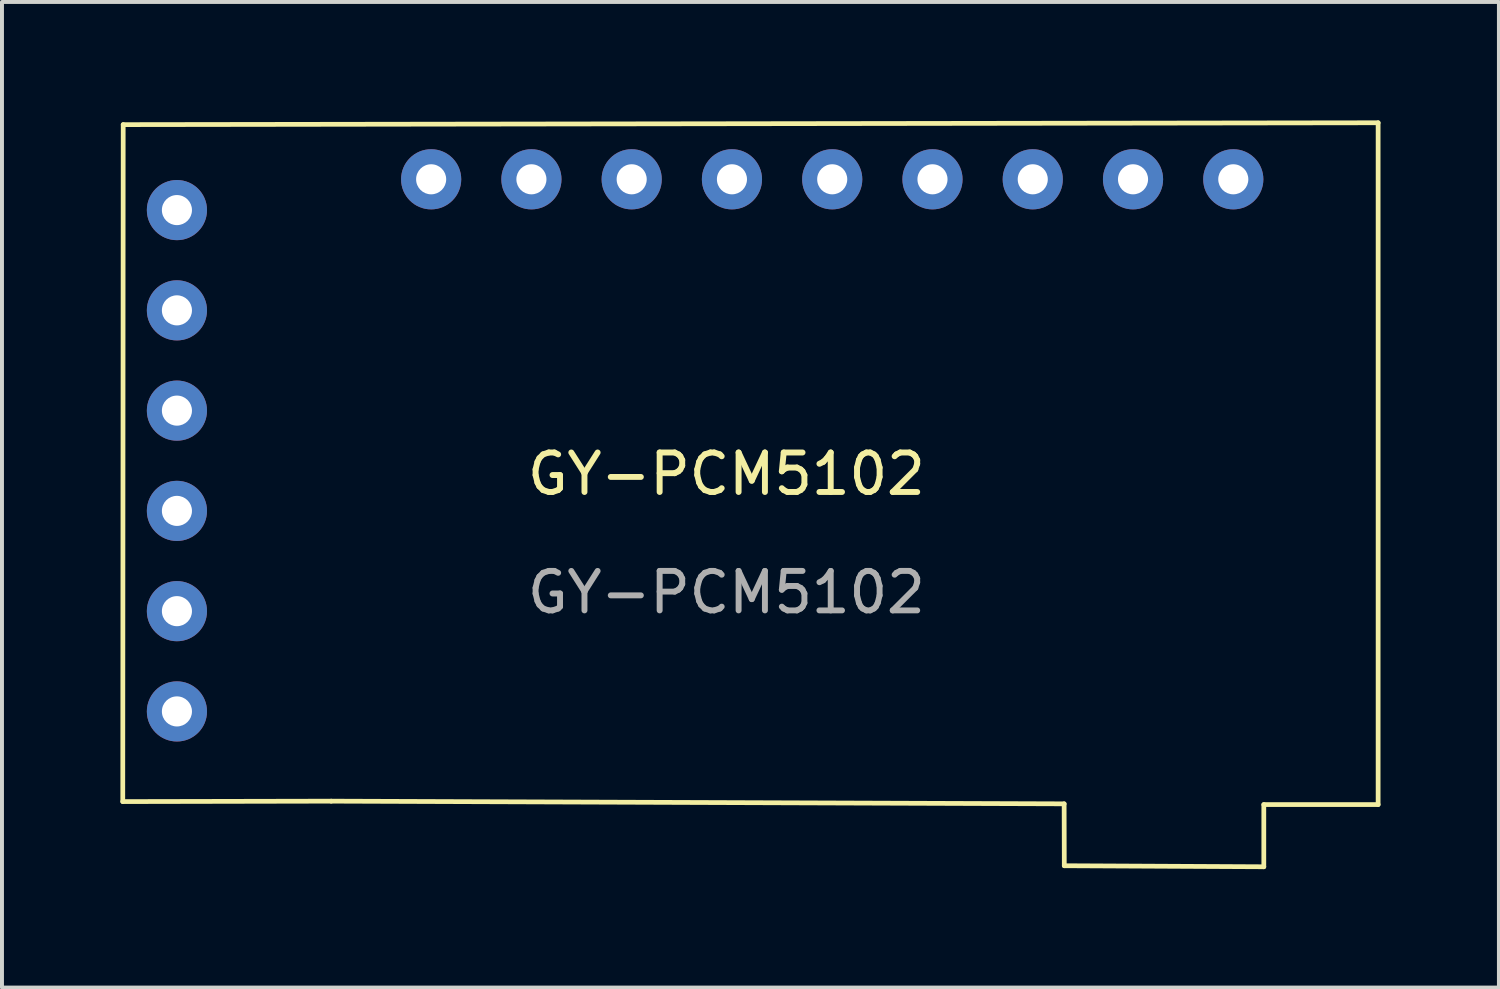
<source format=kicad_pcb>
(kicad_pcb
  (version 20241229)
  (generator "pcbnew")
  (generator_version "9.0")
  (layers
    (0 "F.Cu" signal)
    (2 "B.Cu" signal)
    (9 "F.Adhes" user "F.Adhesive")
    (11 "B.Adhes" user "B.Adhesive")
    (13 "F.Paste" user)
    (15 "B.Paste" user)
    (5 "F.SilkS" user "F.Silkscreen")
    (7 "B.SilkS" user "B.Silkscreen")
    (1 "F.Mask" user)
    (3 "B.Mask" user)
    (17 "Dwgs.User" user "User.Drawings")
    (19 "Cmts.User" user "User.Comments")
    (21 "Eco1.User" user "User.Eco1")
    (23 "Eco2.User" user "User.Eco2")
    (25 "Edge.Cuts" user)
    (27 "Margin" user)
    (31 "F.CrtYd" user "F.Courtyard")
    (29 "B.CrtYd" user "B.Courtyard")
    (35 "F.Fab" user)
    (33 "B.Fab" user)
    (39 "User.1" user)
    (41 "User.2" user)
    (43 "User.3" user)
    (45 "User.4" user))
  (footprint "GY-PCM5102"
    (layer "F.Cu")
    (at 16.367 9.458)
    (property "Reference" "GY-PCM5102" (at -1.016 -0.5 0) (unlocked yes) (layer "F.SilkS") (effects (font (size 1 1) (thickness 0.15))))
    (attr through_hole)
    (fp_line (start -16.307 7.798) (end -16.296 -9.351) (stroke (width 0.12) (type solid)) (layer "F.SilkS"))
    (fp_line (start -16.296 -9.351) (end 15.494 -9.398) (stroke (width 0.12) (type solid)) (layer "F.SilkS"))
    (fp_line (start -11.027 7.787) (end -16.307 7.798) (stroke (width 0.12) (type solid)) (layer "F.SilkS"))
    (fp_line (start 7.54 7.855) (end -11.027 7.787) (stroke (width 0.12) (type solid)) (layer "F.SilkS"))
    (fp_line (start 7.544 9.423) (end 7.54 7.855) (stroke (width 0.12) (type solid)) (layer "F.SilkS"))
    (fp_line (start 12.598 7.874) (end 12.598 9.449) (stroke (width 0.12) (type solid)) (layer "F.SilkS"))
    (fp_line (start 12.598 9.449) (end 7.544 9.423) (stroke (width 0.12) (type solid)) (layer "F.SilkS"))
    (fp_line (start 15.494 -9.398) (end 15.494 7.874) (stroke (width 0.12) (type solid)) (layer "F.SilkS"))
    (fp_line (start 15.494 7.874) (end 12.598 7.874) (stroke (width 0.12) (type solid)) (layer "F.SilkS"))
    (fp_text user "${REFERENCE}" (at -1.016 2.5 0) (unlocked yes) (layer "F.Fab") (effects (font (size 1 1) (thickness 0.15))))
    (pad "1" thru_hole circle (at -14.935 -7.186) (size 1.524 1.524) (drill 0.762) (layers "*.Cu" "*.Mask"))
    (pad "2" thru_hole circle (at -14.935 -4.646) (size 1.524 1.524) (drill 0.762) (layers "*.Cu" "*.Mask"))
    (pad "3" thru_hole circle (at -14.935 -2.106) (size 1.524 1.524) (drill 0.762) (layers "*.Cu" "*.Mask"))
    (pad "4" thru_hole circle (at -14.935 0.434) (size 1.524 1.524) (drill 0.762) (layers "*.Cu" "*.Mask"))
    (pad "5" thru_hole circle (at -14.935 2.974) (size 1.524 1.524) (drill 0.762) (layers "*.Cu" "*.Mask"))
    (pad "6" thru_hole circle (at -14.935 5.514) (size 1.524 1.524) (drill 0.762) (layers "*.Cu" "*.Mask"))
    (pad "7" thru_hole circle (at -8.495 -7.966) (size 1.524 1.524) (drill 0.762) (layers "*.Cu" "*.Mask"))
    (pad "8" thru_hole circle (at -5.955 -7.966) (size 1.524 1.524) (drill 0.762) (layers "*.Cu" "*.Mask"))
    (pad "9" thru_hole circle (at -3.415 -7.966) (size 1.524 1.524) (drill 0.762) (layers "*.Cu" "*.Mask"))
    (pad "10" thru_hole circle (at -0.875 -7.966) (size 1.524 1.524) (drill 0.762) (layers "*.Cu" "*.Mask"))
    (pad "11" thru_hole circle (at 1.665 -7.966) (size 1.524 1.524) (drill 0.762) (layers "*.Cu" "*.Mask"))
    (pad "12" thru_hole circle (at 4.205 -7.966) (size 1.524 1.524) (drill 0.762) (layers "*.Cu" "*.Mask"))
    (pad "13" thru_hole circle (at 6.745 -7.966) (size 1.524 1.524) (drill 0.762) (layers "*.Cu" "*.Mask"))
    (pad "14" thru_hole circle (at 9.285 -7.966) (size 1.524 1.524) (drill 0.762) (layers "*.Cu" "*.Mask"))
    (pad "15" thru_hole circle (at 11.825 -7.966) (size 1.524 1.524) (drill 0.762) (layers "*.Cu" "*.Mask")))
  (gr_rect
    (start -3 -3)
    (end 34.921 21.967)
    (stroke (width 0.1) (type default))
    (fill no)
    (layer "Edge.Cuts")))
</source>
